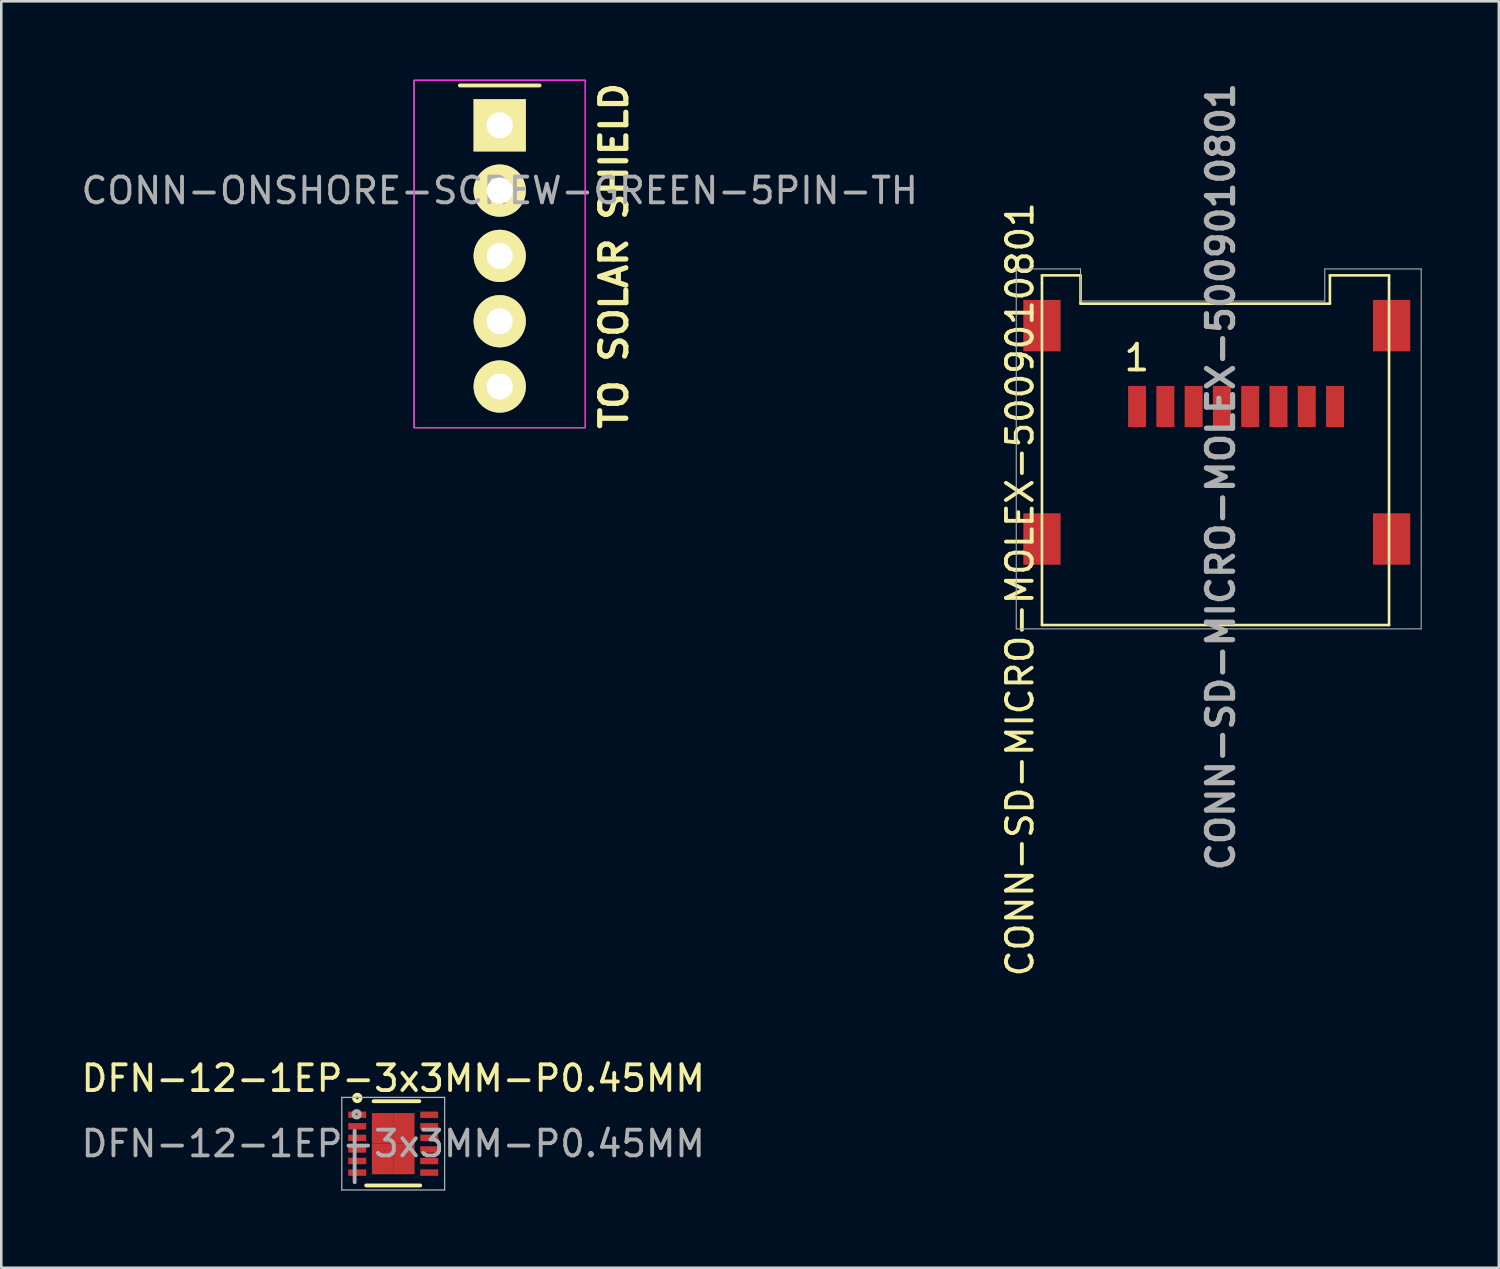
<source format=kicad_pcb>
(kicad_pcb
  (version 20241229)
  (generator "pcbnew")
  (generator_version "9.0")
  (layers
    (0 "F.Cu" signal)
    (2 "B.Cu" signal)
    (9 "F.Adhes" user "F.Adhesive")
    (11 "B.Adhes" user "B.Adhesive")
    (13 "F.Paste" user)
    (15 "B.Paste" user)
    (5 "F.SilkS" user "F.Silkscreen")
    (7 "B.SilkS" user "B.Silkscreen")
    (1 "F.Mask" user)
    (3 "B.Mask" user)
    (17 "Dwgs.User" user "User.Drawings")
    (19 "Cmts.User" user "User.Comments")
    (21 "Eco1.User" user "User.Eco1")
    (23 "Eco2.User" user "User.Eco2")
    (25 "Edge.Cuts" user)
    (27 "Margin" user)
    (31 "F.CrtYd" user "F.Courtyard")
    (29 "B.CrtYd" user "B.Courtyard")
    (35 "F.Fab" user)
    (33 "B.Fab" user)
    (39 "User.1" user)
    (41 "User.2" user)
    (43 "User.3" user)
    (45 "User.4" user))
  (footprint "CONN-ONSHORE-SCREW-GREEN-5PIN-TH"
    (layer "F.Cu")
    (at 16.387 1.824)
    (property "Reference" "CONN-ONSHORE-SCREW-GREEN-5PIN-TH" (at 0 2.54 0) (layer "F.Fab") (effects (font (size 1 1) (thickness 0.15))))
    (attr through_hole)
    (fp_line (start -1.55 -1.55) (end 1.55 -1.55) (stroke (width 0.15) (type solid)) (layer "F.SilkS"))
    (fp_line (start -3.33 -1.75) (end -3.33 11.76) (stroke (width 0.05) (type solid)) (layer "F.CrtYd"))
    (fp_line (start -3.3 -1.75) (end 3.3 -1.75) (stroke (width 0.05) (type solid)) (layer "F.CrtYd"))
    (fp_line (start -3.3 11.76) (end 3.3 11.76) (stroke (width 0.05) (type solid)) (layer "F.CrtYd"))
    (fp_line (start 3.33 -1.75) (end 3.33 11.76) (stroke (width 0.05) (type solid)) (layer "F.CrtYd"))
    (fp_line (start -3.33 -1.75) (end -3.33 11.76) (stroke (width 0.05) (type solid)) (layer "F.Fab"))
    (fp_line (start -3.3 -1.75) (end 3.3 -1.75) (stroke (width 0.05) (type solid)) (layer "F.Fab"))
    (fp_line (start -3.3 11.76) (end 3.3 11.76) (stroke (width 0.05) (type solid)) (layer "F.Fab"))
    (fp_line (start 3.33 -1.75) (end 3.33 11.76) (stroke (width 0.05) (type solid)) (layer "F.Fab"))
    (fp_circle (center 0 0) (end 0 0.254) (stroke (width 0.2) (type solid)) (fill no) (layer "F.Fab"))
    (fp_text user "TO SOLAR SHIELD" (at 4.445 5.08 270) (layer "F.SilkS") (effects (font (size 1.016 1.016) (thickness 0.203))))
    (pad "1" thru_hole rect (at 0 0) (size 2.032 2.032) (drill 1.016) (layers "*.Cu" "*.Mask" "F.SilkS"))
    (pad "2" thru_hole oval (at 0 2.54) (size 2.032 2.032) (drill 1.016) (layers "*.Cu" "*.Mask" "F.SilkS"))
    (pad "3" thru_hole oval (at 0 5.08) (size 2.032 2.032) (drill 1.016) (layers "*.Cu" "*.Mask" "F.SilkS"))
    (pad "4" thru_hole oval (at 0 7.62) (size 2.032 2.032) (drill 1.016) (layers "*.Cu" "*.Mask" "F.SilkS"))
    (pad "5" thru_hole oval (at 0 10.16) (size 2.032 2.032) (drill 1.016) (layers "*.Cu" "*.Mask" "F.SilkS")))
  (footprint "DFN-12-1EP-3x3MM-P0.45MM"
    (layer "F.Cu")
    (at 12.244 41.434)
    (property "Reference" "DFN-12-1EP-3x3MM-P0.45MM" (at 0 0 0) (layer "F.Fab") (effects (font (size 1 1) (thickness 0.15))))
    (attr smd)
    (fp_line (start -1.05 1.625) (end 1.05 1.625) (stroke (width 0.15) (type solid)) (layer "F.SilkS"))
    (fp_line (start -0.762 -1.651) (end 1.016 -1.651) (stroke (width 0.15) (type solid)) (layer "F.SilkS"))
    (fp_circle (center -1.397 -1.778) (end -1.27 -1.778) (stroke (width 0.152) (type solid)) (fill no) (layer "F.SilkS"))
    (fp_line (start -2 -1.8) (end -2 1.8) (stroke (width 0.05) (type solid)) (layer "F.Fab"))
    (fp_line (start -2 -1.8) (end 2 -1.8) (stroke (width 0.05) (type solid)) (layer "F.Fab"))
    (fp_line (start -2 1.8) (end 2 1.8) (stroke (width 0.05) (type solid)) (layer "F.Fab"))
    (fp_line (start -1.5 1.5) (end -1.5 -0.5) (stroke (width 0.15) (type solid)) (layer "F.Fab"))
    (fp_line (start 2 -1.8) (end 2 1.8) (stroke (width 0.05) (type solid)) (layer "F.Fab"))
    (fp_circle (center -1.422 -1.143) (end -1.295 -1.143) (stroke (width 0.152) (type solid)) (fill no) (layer "F.Fab"))
    (fp_text user "${REFERENCE}" (at 0 -2.54 0) (layer "F.SilkS") (effects (font (size 1 1) (thickness 0.15))))
    (pad "1" smd rect (at -1.4 -1.125) (size 0.7 0.25) (layers "F.Cu" "F.Mask" "F.Paste"))
    (pad "2" smd rect (at -1.4 -0.675) (size 0.7 0.25) (layers "F.Cu" "F.Mask" "F.Paste"))
    (pad "3" smd rect (at -1.4 -0.225) (size 0.7 0.25) (layers "F.Cu" "F.Mask" "F.Paste"))
    (pad "4" smd rect (at -1.4 0.225) (size 0.7 0.25) (layers "F.Cu" "F.Mask" "F.Paste"))
    (pad "5" smd rect (at -1.4 0.675) (size 0.7 0.25) (layers "F.Cu" "F.Mask" "F.Paste"))
    (pad "6" smd rect (at -1.4 1.125) (size 0.7 0.25) (layers "F.Cu" "F.Mask" "F.Paste"))
    (pad "7" smd rect (at 1.4 1.125) (size 0.7 0.25) (layers "F.Cu" "F.Mask" "F.Paste"))
    (pad "8" smd rect (at 1.4 0.675) (size 0.7 0.25) (layers "F.Cu" "F.Mask" "F.Paste"))
    (pad "9" smd rect (at 1.4 0.225) (size 0.7 0.25) (layers "F.Cu" "F.Mask" "F.Paste"))
    (pad "10" smd rect (at 1.4 -0.225) (size 0.7 0.25) (layers "F.Cu" "F.Mask" "F.Paste"))
    (pad "11" smd rect (at 1.4 -0.675) (size 0.7 0.25) (layers "F.Cu" "F.Mask" "F.Paste"))
    (pad "12" smd rect (at 1.4 -1.125) (size 0.7 0.25) (layers "F.Cu" "F.Mask" "F.Paste"))
    (pad "13" smd rect (at -0.415 -0.595) (size 0.83 1.19) (layers "F.Cu" "F.Mask" "F.Paste"))
    (pad "13" smd rect (at -0.415 0.595) (size 0.83 1.19) (layers "F.Cu" "F.Mask" "F.Paste"))
    (pad "13" smd rect (at 0.415 -0.595) (size 0.83 1.19) (layers "F.Cu" "F.Mask" "F.Paste"))
    (pad "13" smd rect (at 0.415 0.595) (size 0.83 1.19) (layers "F.Cu" "F.Mask" "F.Paste")))
  (footprint "CONN-SD-MICRO-MOLEX-5009010801"
    (layer "F.Cu")
    (at 44.978 17.661)
    (property "Reference" "CONN-SD-MICRO-MOLEX-5009010801" (at -0.545 -2.17 90) (layer "F.Fab") (effects (font (size 1.016 1.016) (thickness 0.203))))
    (attr through_hole)
    (fp_line (start -7.5 -10) (end -6 -10) (stroke (width 0.102) (type solid)) (layer "F.SilkS"))
    (fp_line (start -7.5 -9.7) (end -7.5 -10) (stroke (width 0.102) (type solid)) (layer "F.SilkS"))
    (fp_line (start -7.5 3.6) (end -7.5 -9.7) (stroke (width 0.102) (type solid)) (layer "F.SilkS"))
    (fp_line (start -7.5 3.6) (end 6 3.6) (stroke (width 0.102) (type solid)) (layer "F.SilkS"))
    (fp_line (start -6 -10) (end -6 -8.9) (stroke (width 0.102) (type solid)) (layer "F.SilkS"))
    (fp_line (start -6 -8.9) (end 3.7 -8.9) (stroke (width 0.102) (type solid)) (layer "F.SilkS"))
    (fp_line (start 3.7 -10) (end 6 -10) (stroke (width 0.102) (type solid)) (layer "F.SilkS"))
    (fp_line (start 3.7 -8.9) (end 3.7 -10) (stroke (width 0.102) (type solid)) (layer "F.SilkS"))
    (fp_line (start 6 -10) (end 6 -9.7) (stroke (width 0.102) (type solid)) (layer "F.SilkS"))
    (fp_line (start 6 3.6) (end 6 -9.7) (stroke (width 0.102) (type solid)) (layer "F.SilkS"))
    (fp_line (start -8.5 -10.25) (end -8.5 3.75) (stroke (width 0.041) (type solid)) (layer "F.Fab"))
    (fp_line (start -8.5 3.75) (end 7.25 3.75) (stroke (width 0.041) (type solid)) (layer "F.Fab"))
    (fp_line (start -6 -10.25) (end -8.5 -10.25) (stroke (width 0.041) (type solid)) (layer "F.Fab"))
    (fp_line (start -6 -9) (end -6 -10.25) (stroke (width 0.041) (type solid)) (layer "F.Fab"))
    (fp_line (start 3.5 -10.25) (end 3.5 -9) (stroke (width 0.041) (type solid)) (layer "F.Fab"))
    (fp_line (start 3.5 -9) (end -6 -9) (stroke (width 0.041) (type solid)) (layer "F.Fab"))
    (fp_line (start 7.25 -10.25) (end 3.5 -10.25) (stroke (width 0.041) (type solid)) (layer "F.Fab"))
    (fp_line (start 7.25 3.75) (end 7.25 -10.25) (stroke (width 0.041) (type solid)) (layer "F.Fab"))
    (fp_text user "${REFERENCE}" (at -8.355 2.212 90) (layer "F.SilkS") (effects (font (size 1 1) (thickness 0.15))))
    (fp_text user "1" (at -3.81 -6.795 0) (layer "F.SilkS") (effects (font (size 1 1) (thickness 0.15))))
    (pad "1" smd rect (at -3.8 -4.9) (size 0.7 1.6) (layers "F.Cu" "F.Mask" "F.Paste"))
    (pad "2" smd rect (at -2.7 -4.9) (size 0.7 1.6) (layers "F.Cu" "F.Mask" "F.Paste"))
    (pad "3" smd rect (at -1.6 -4.9) (size 0.7 1.6) (layers "F.Cu" "F.Mask" "F.Paste"))
    (pad "4" smd rect (at -0.5 -4.9) (size 0.7 1.6) (layers "F.Cu" "F.Mask" "F.Paste"))
    (pad "5" smd rect (at 0.6 -4.9) (size 0.7 1.6) (layers "F.Cu" "F.Mask" "F.Paste"))
    (pad "6" smd rect (at -7.5 -8.046) (size 1.45 2) (layers "F.Cu" "F.Mask" "F.Paste"))
    (pad "6" smd rect (at -7.5 0.254) (size 1.45 2) (layers "F.Cu" "F.Mask" "F.Paste"))
    (pad "6" smd rect (at 1.7 -4.9) (size 0.7 1.6) (layers "F.Cu" "F.Mask" "F.Paste"))
    (pad "6" smd rect (at 6.1 -8.046) (size 1.45 2) (layers "F.Cu" "F.Mask" "F.Paste"))
    (pad "6" smd rect (at 6.1 0.254) (size 1.45 2) (layers "F.Cu" "F.Mask" "F.Paste"))
    (pad "7" smd rect (at 2.8 -4.9) (size 0.7 1.6) (layers "F.Cu" "F.Mask" "F.Paste"))
    (pad "8" smd rect (at 3.9 -4.9) (size 0.7 1.6) (layers "F.Cu" "F.Mask" "F.Paste")))
  (gr_rect
    (start -3 -3)
    (end 55.248 46.259)
    (stroke (width 0.1) (type default))
    (fill no)
    (layer "Edge.Cuts")))
</source>
